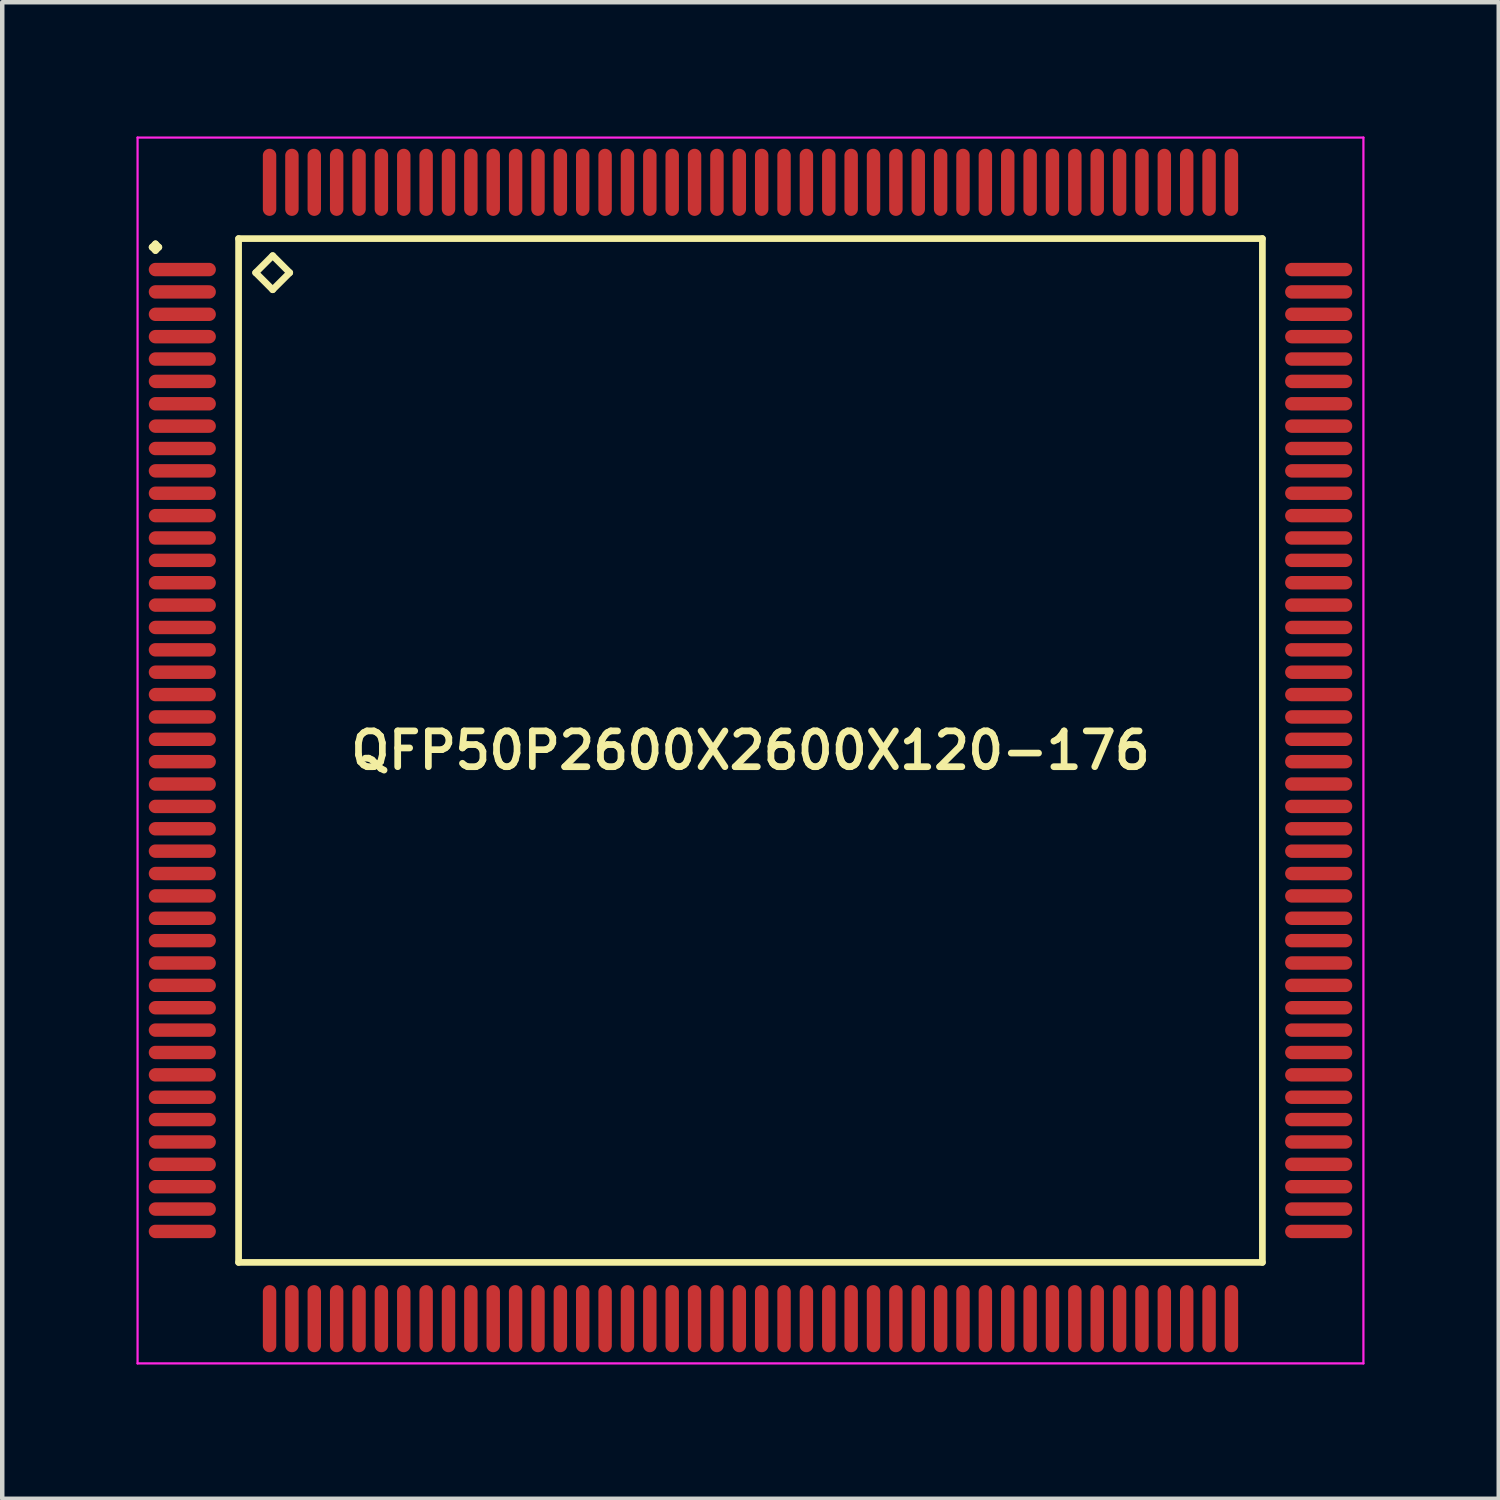
<source format=kicad_pcb>
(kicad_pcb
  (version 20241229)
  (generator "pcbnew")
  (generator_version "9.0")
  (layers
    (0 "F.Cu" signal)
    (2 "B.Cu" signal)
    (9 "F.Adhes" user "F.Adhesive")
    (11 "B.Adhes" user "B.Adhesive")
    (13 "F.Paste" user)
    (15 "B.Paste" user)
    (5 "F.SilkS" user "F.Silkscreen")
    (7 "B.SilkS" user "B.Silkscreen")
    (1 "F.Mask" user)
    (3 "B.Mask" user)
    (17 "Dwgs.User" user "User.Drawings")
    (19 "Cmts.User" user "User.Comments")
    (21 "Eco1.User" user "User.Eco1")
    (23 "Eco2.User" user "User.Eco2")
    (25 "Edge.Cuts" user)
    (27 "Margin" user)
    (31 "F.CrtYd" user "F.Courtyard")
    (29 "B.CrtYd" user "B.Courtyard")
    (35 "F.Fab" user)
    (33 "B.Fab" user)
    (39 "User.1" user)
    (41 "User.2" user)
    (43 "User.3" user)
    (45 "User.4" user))
  (footprint "QFP50P2600X2600X120-176"
    (layer "F.Cu")
    (at 13.725 13.725)
    (property "Reference" "QFP50P2600X2600X120-176" (at 0 0 0) (layer "F.SilkS") (effects (font (size 0.8 0.8) (thickness 0.15))))
    (attr smd)
    (fp_line (start -13.375 -11.25) (end -13.3 -11.325) (stroke (width 0.15) (type solid)) (layer "F.SilkS"))
    (fp_line (start -13.3 -11.325) (end -13.225 -11.25) (stroke (width 0.15) (type solid)) (layer "F.SilkS"))
    (fp_line (start -13.3 -11.175) (end -13.375 -11.25) (stroke (width 0.15) (type solid)) (layer "F.SilkS"))
    (fp_line (start -13.225 -11.25) (end -13.3 -11.175) (stroke (width 0.15) (type solid)) (layer "F.SilkS"))
    (fp_line (start -11.442 -11.442) (end -11.442 11.442) (stroke (width 0.15) (type solid)) (layer "F.SilkS"))
    (fp_line (start -11.442 11.442) (end 11.442 11.442) (stroke (width 0.15) (type solid)) (layer "F.SilkS"))
    (fp_line (start -11.061 -10.68) (end -10.68 -11.061) (stroke (width 0.15) (type solid)) (layer "F.SilkS"))
    (fp_line (start -10.68 -11.061) (end -10.299 -10.68) (stroke (width 0.15) (type solid)) (layer "F.SilkS"))
    (fp_line (start -10.68 -10.299) (end -11.061 -10.68) (stroke (width 0.15) (type solid)) (layer "F.SilkS"))
    (fp_line (start -10.299 -10.68) (end -10.68 -10.299) (stroke (width 0.15) (type solid)) (layer "F.SilkS"))
    (fp_line (start 11.442 -11.442) (end -11.442 -11.442) (stroke (width 0.15) (type solid)) (layer "F.SilkS"))
    (fp_line (start 11.442 11.442) (end 11.442 -11.442) (stroke (width 0.15) (type solid)) (layer "F.SilkS"))
    (fp_line (start -13.7 -13.7) (end 13.7 -13.7) (stroke (width 0.05) (type solid)) (layer "F.CrtYd"))
    (fp_line (start -13.7 13.7) (end -13.7 -13.7) (stroke (width 0.05) (type solid)) (layer "F.CrtYd"))
    (fp_line (start 13.7 -13.7) (end 13.7 13.7) (stroke (width 0.05) (type solid)) (layer "F.CrtYd"))
    (fp_line (start 13.7 13.7) (end -13.7 13.7) (stroke (width 0.05) (type solid)) (layer "F.CrtYd"))
    (pad "1" smd oval (at -12.7 -10.75) (size 1.5 0.3) (layers "F.Cu" "F.Mask" "F.Paste"))
    (pad "2" smd oval (at -12.7 -10.25) (size 1.5 0.3) (layers "F.Cu" "F.Mask" "F.Paste"))
    (pad "3" smd oval (at -12.7 -9.75) (size 1.5 0.3) (layers "F.Cu" "F.Mask" "F.Paste"))
    (pad "4" smd oval (at -12.7 -9.25) (size 1.5 0.3) (layers "F.Cu" "F.Mask" "F.Paste"))
    (pad "5" smd oval (at -12.7 -8.75) (size 1.5 0.3) (layers "F.Cu" "F.Mask" "F.Paste"))
    (pad "6" smd oval (at -12.7 -8.25) (size 1.5 0.3) (layers "F.Cu" "F.Mask" "F.Paste"))
    (pad "7" smd oval (at -12.7 -7.75) (size 1.5 0.3) (layers "F.Cu" "F.Mask" "F.Paste"))
    (pad "8" smd oval (at -12.7 -7.25) (size 1.5 0.3) (layers "F.Cu" "F.Mask" "F.Paste"))
    (pad "9" smd oval (at -12.7 -6.75) (size 1.5 0.3) (layers "F.Cu" "F.Mask" "F.Paste"))
    (pad "10" smd oval (at -12.7 -6.25) (size 1.5 0.3) (layers "F.Cu" "F.Mask" "F.Paste"))
    (pad "11" smd oval (at -12.7 -5.75) (size 1.5 0.3) (layers "F.Cu" "F.Mask" "F.Paste"))
    (pad "12" smd oval (at -12.7 -5.25) (size 1.5 0.3) (layers "F.Cu" "F.Mask" "F.Paste"))
    (pad "13" smd oval (at -12.7 -4.75) (size 1.5 0.3) (layers "F.Cu" "F.Mask" "F.Paste"))
    (pad "14" smd oval (at -12.7 -4.25) (size 1.5 0.3) (layers "F.Cu" "F.Mask" "F.Paste"))
    (pad "15" smd oval (at -12.7 -3.75) (size 1.5 0.3) (layers "F.Cu" "F.Mask" "F.Paste"))
    (pad "16" smd oval (at -12.7 -3.25) (size 1.5 0.3) (layers "F.Cu" "F.Mask" "F.Paste"))
    (pad "17" smd oval (at -12.7 -2.75) (size 1.5 0.3) (layers "F.Cu" "F.Mask" "F.Paste"))
    (pad "18" smd oval (at -12.7 -2.25) (size 1.5 0.3) (layers "F.Cu" "F.Mask" "F.Paste"))
    (pad "19" smd oval (at -12.7 -1.75) (size 1.5 0.3) (layers "F.Cu" "F.Mask" "F.Paste"))
    (pad "20" smd oval (at -12.7 -1.25) (size 1.5 0.3) (layers "F.Cu" "F.Mask" "F.Paste"))
    (pad "21" smd oval (at -12.7 -0.75) (size 1.5 0.3) (layers "F.Cu" "F.Mask" "F.Paste"))
    (pad "22" smd oval (at -12.7 -0.25) (size 1.5 0.3) (layers "F.Cu" "F.Mask" "F.Paste"))
    (pad "23" smd oval (at -12.7 0.25) (size 1.5 0.3) (layers "F.Cu" "F.Mask" "F.Paste"))
    (pad "24" smd oval (at -12.7 0.75) (size 1.5 0.3) (layers "F.Cu" "F.Mask" "F.Paste"))
    (pad "25" smd oval (at -12.7 1.25) (size 1.5 0.3) (layers "F.Cu" "F.Mask" "F.Paste"))
    (pad "26" smd oval (at -12.7 1.75) (size 1.5 0.3) (layers "F.Cu" "F.Mask" "F.Paste"))
    (pad "27" smd oval (at -12.7 2.25) (size 1.5 0.3) (layers "F.Cu" "F.Mask" "F.Paste"))
    (pad "28" smd oval (at -12.7 2.75) (size 1.5 0.3) (layers "F.Cu" "F.Mask" "F.Paste"))
    (pad "29" smd oval (at -12.7 3.25) (size 1.5 0.3) (layers "F.Cu" "F.Mask" "F.Paste"))
    (pad "30" smd oval (at -12.7 3.75) (size 1.5 0.3) (layers "F.Cu" "F.Mask" "F.Paste"))
    (pad "31" smd oval (at -12.7 4.25) (size 1.5 0.3) (layers "F.Cu" "F.Mask" "F.Paste"))
    (pad "32" smd oval (at -12.7 4.75) (size 1.5 0.3) (layers "F.Cu" "F.Mask" "F.Paste"))
    (pad "33" smd oval (at -12.7 5.25) (size 1.5 0.3) (layers "F.Cu" "F.Mask" "F.Paste"))
    (pad "34" smd oval (at -12.7 5.75) (size 1.5 0.3) (layers "F.Cu" "F.Mask" "F.Paste"))
    (pad "35" smd oval (at -12.7 6.25) (size 1.5 0.3) (layers "F.Cu" "F.Mask" "F.Paste"))
    (pad "36" smd oval (at -12.7 6.75) (size 1.5 0.3) (layers "F.Cu" "F.Mask" "F.Paste"))
    (pad "37" smd oval (at -12.7 7.25) (size 1.5 0.3) (layers "F.Cu" "F.Mask" "F.Paste"))
    (pad "38" smd oval (at -12.7 7.75) (size 1.5 0.3) (layers "F.Cu" "F.Mask" "F.Paste"))
    (pad "39" smd oval (at -12.7 8.25) (size 1.5 0.3) (layers "F.Cu" "F.Mask" "F.Paste"))
    (pad "40" smd oval (at -12.7 8.75) (size 1.5 0.3) (layers "F.Cu" "F.Mask" "F.Paste"))
    (pad "41" smd oval (at -12.7 9.25) (size 1.5 0.3) (layers "F.Cu" "F.Mask" "F.Paste"))
    (pad "42" smd oval (at -12.7 9.75) (size 1.5 0.3) (layers "F.Cu" "F.Mask" "F.Paste"))
    (pad "43" smd oval (at -12.7 10.25) (size 1.5 0.3) (layers "F.Cu" "F.Mask" "F.Paste"))
    (pad "44" smd oval (at -12.7 10.75) (size 1.5 0.3) (layers "F.Cu" "F.Mask" "F.Paste"))
    (pad "45" smd oval (at -10.75 12.7) (size 0.3 1.5) (layers "F.Cu" "F.Mask" "F.Paste"))
    (pad "46" smd oval (at -10.25 12.7) (size 0.3 1.5) (layers "F.Cu" "F.Mask" "F.Paste"))
    (pad "47" smd oval (at -9.75 12.7) (size 0.3 1.5) (layers "F.Cu" "F.Mask" "F.Paste"))
    (pad "48" smd oval (at -9.25 12.7) (size 0.3 1.5) (layers "F.Cu" "F.Mask" "F.Paste"))
    (pad "49" smd oval (at -8.75 12.7) (size 0.3 1.5) (layers "F.Cu" "F.Mask" "F.Paste"))
    (pad "50" smd oval (at -8.25 12.7) (size 0.3 1.5) (layers "F.Cu" "F.Mask" "F.Paste"))
    (pad "51" smd oval (at -7.75 12.7) (size 0.3 1.5) (layers "F.Cu" "F.Mask" "F.Paste"))
    (pad "52" smd oval (at -7.25 12.7) (size 0.3 1.5) (layers "F.Cu" "F.Mask" "F.Paste"))
    (pad "53" smd oval (at -6.75 12.7) (size 0.3 1.5) (layers "F.Cu" "F.Mask" "F.Paste"))
    (pad "54" smd oval (at -6.25 12.7) (size 0.3 1.5) (layers "F.Cu" "F.Mask" "F.Paste"))
    (pad "55" smd oval (at -5.75 12.7) (size 0.3 1.5) (layers "F.Cu" "F.Mask" "F.Paste"))
    (pad "56" smd oval (at -5.25 12.7) (size 0.3 1.5) (layers "F.Cu" "F.Mask" "F.Paste"))
    (pad "57" smd oval (at -4.75 12.7) (size 0.3 1.5) (layers "F.Cu" "F.Mask" "F.Paste"))
    (pad "58" smd oval (at -4.25 12.7) (size 0.3 1.5) (layers "F.Cu" "F.Mask" "F.Paste"))
    (pad "59" smd oval (at -3.75 12.7) (size 0.3 1.5) (layers "F.Cu" "F.Mask" "F.Paste"))
    (pad "60" smd oval (at -3.25 12.7) (size 0.3 1.5) (layers "F.Cu" "F.Mask" "F.Paste"))
    (pad "61" smd oval (at -2.75 12.7) (size 0.3 1.5) (layers "F.Cu" "F.Mask" "F.Paste"))
    (pad "62" smd oval (at -2.25 12.7) (size 0.3 1.5) (layers "F.Cu" "F.Mask" "F.Paste"))
    (pad "63" smd oval (at -1.75 12.7) (size 0.3 1.5) (layers "F.Cu" "F.Mask" "F.Paste"))
    (pad "64" smd oval (at -1.25 12.7) (size 0.3 1.5) (layers "F.Cu" "F.Mask" "F.Paste"))
    (pad "65" smd oval (at -0.75 12.7) (size 0.3 1.5) (layers "F.Cu" "F.Mask" "F.Paste"))
    (pad "66" smd oval (at -0.25 12.7) (size 0.3 1.5) (layers "F.Cu" "F.Mask" "F.Paste"))
    (pad "67" smd oval (at 0.25 12.7) (size 0.3 1.5) (layers "F.Cu" "F.Mask" "F.Paste"))
    (pad "68" smd oval (at 0.75 12.7) (size 0.3 1.5) (layers "F.Cu" "F.Mask" "F.Paste"))
    (pad "69" smd oval (at 1.25 12.7) (size 0.3 1.5) (layers "F.Cu" "F.Mask" "F.Paste"))
    (pad "70" smd oval (at 1.75 12.7) (size 0.3 1.5) (layers "F.Cu" "F.Mask" "F.Paste"))
    (pad "71" smd oval (at 2.25 12.7) (size 0.3 1.5) (layers "F.Cu" "F.Mask" "F.Paste"))
    (pad "72" smd oval (at 2.75 12.7) (size 0.3 1.5) (layers "F.Cu" "F.Mask" "F.Paste"))
    (pad "73" smd oval (at 3.25 12.7) (size 0.3 1.5) (layers "F.Cu" "F.Mask" "F.Paste"))
    (pad "74" smd oval (at 3.75 12.7) (size 0.3 1.5) (layers "F.Cu" "F.Mask" "F.Paste"))
    (pad "75" smd oval (at 4.25 12.7) (size 0.3 1.5) (layers "F.Cu" "F.Mask" "F.Paste"))
    (pad "76" smd oval (at 4.75 12.7) (size 0.3 1.5) (layers "F.Cu" "F.Mask" "F.Paste"))
    (pad "77" smd oval (at 5.25 12.7) (size 0.3 1.5) (layers "F.Cu" "F.Mask" "F.Paste"))
    (pad "78" smd oval (at 5.75 12.7) (size 0.3 1.5) (layers "F.Cu" "F.Mask" "F.Paste"))
    (pad "79" smd oval (at 6.25 12.7) (size 0.3 1.5) (layers "F.Cu" "F.Mask" "F.Paste"))
    (pad "80" smd oval (at 6.75 12.7) (size 0.3 1.5) (layers "F.Cu" "F.Mask" "F.Paste"))
    (pad "81" smd oval (at 7.25 12.7) (size 0.3 1.5) (layers "F.Cu" "F.Mask" "F.Paste"))
    (pad "82" smd oval (at 7.75 12.7) (size 0.3 1.5) (layers "F.Cu" "F.Mask" "F.Paste"))
    (pad "83" smd oval (at 8.25 12.7) (size 0.3 1.5) (layers "F.Cu" "F.Mask" "F.Paste"))
    (pad "84" smd oval (at 8.75 12.7) (size 0.3 1.5) (layers "F.Cu" "F.Mask" "F.Paste"))
    (pad "85" smd oval (at 9.25 12.7) (size 0.3 1.5) (layers "F.Cu" "F.Mask" "F.Paste"))
    (pad "86" smd oval (at 9.75 12.7) (size 0.3 1.5) (layers "F.Cu" "F.Mask" "F.Paste"))
    (pad "87" smd oval (at 10.25 12.7) (size 0.3 1.5) (layers "F.Cu" "F.Mask" "F.Paste"))
    (pad "88" smd oval (at 10.75 12.7) (size 0.3 1.5) (layers "F.Cu" "F.Mask" "F.Paste"))
    (pad "89" smd oval (at 12.7 10.75) (size 1.5 0.3) (layers "F.Cu" "F.Mask" "F.Paste"))
    (pad "90" smd oval (at 12.7 10.25) (size 1.5 0.3) (layers "F.Cu" "F.Mask" "F.Paste"))
    (pad "91" smd oval (at 12.7 9.75) (size 1.5 0.3) (layers "F.Cu" "F.Mask" "F.Paste"))
    (pad "92" smd oval (at 12.7 9.25) (size 1.5 0.3) (layers "F.Cu" "F.Mask" "F.Paste"))
    (pad "93" smd oval (at 12.7 8.75) (size 1.5 0.3) (layers "F.Cu" "F.Mask" "F.Paste"))
    (pad "94" smd oval (at 12.7 8.25) (size 1.5 0.3) (layers "F.Cu" "F.Mask" "F.Paste"))
    (pad "95" smd oval (at 12.7 7.75) (size 1.5 0.3) (layers "F.Cu" "F.Mask" "F.Paste"))
    (pad "96" smd oval (at 12.7 7.25) (size 1.5 0.3) (layers "F.Cu" "F.Mask" "F.Paste"))
    (pad "97" smd oval (at 12.7 6.75) (size 1.5 0.3) (layers "F.Cu" "F.Mask" "F.Paste"))
    (pad "98" smd oval (at 12.7 6.25) (size 1.5 0.3) (layers "F.Cu" "F.Mask" "F.Paste"))
    (pad "99" smd oval (at 12.7 5.75) (size 1.5 0.3) (layers "F.Cu" "F.Mask" "F.Paste"))
    (pad "100" smd oval (at 12.7 5.25) (size 1.5 0.3) (layers "F.Cu" "F.Mask" "F.Paste"))
    (pad "101" smd oval (at 12.7 4.75) (size 1.5 0.3) (layers "F.Cu" "F.Mask" "F.Paste"))
    (pad "102" smd oval (at 12.7 4.25) (size 1.5 0.3) (layers "F.Cu" "F.Mask" "F.Paste"))
    (pad "103" smd oval (at 12.7 3.75) (size 1.5 0.3) (layers "F.Cu" "F.Mask" "F.Paste"))
    (pad "104" smd oval (at 12.7 3.25) (size 1.5 0.3) (layers "F.Cu" "F.Mask" "F.Paste"))
    (pad "105" smd oval (at 12.7 2.75) (size 1.5 0.3) (layers "F.Cu" "F.Mask" "F.Paste"))
    (pad "106" smd oval (at 12.7 2.25) (size 1.5 0.3) (layers "F.Cu" "F.Mask" "F.Paste"))
    (pad "107" smd oval (at 12.7 1.75) (size 1.5 0.3) (layers "F.Cu" "F.Mask" "F.Paste"))
    (pad "108" smd oval (at 12.7 1.25) (size 1.5 0.3) (layers "F.Cu" "F.Mask" "F.Paste"))
    (pad "109" smd oval (at 12.7 0.75) (size 1.5 0.3) (layers "F.Cu" "F.Mask" "F.Paste"))
    (pad "110" smd oval (at 12.7 0.25) (size 1.5 0.3) (layers "F.Cu" "F.Mask" "F.Paste"))
    (pad "111" smd oval (at 12.7 -0.25) (size 1.5 0.3) (layers "F.Cu" "F.Mask" "F.Paste"))
    (pad "112" smd oval (at 12.7 -0.75) (size 1.5 0.3) (layers "F.Cu" "F.Mask" "F.Paste"))
    (pad "113" smd oval (at 12.7 -1.25) (size 1.5 0.3) (layers "F.Cu" "F.Mask" "F.Paste"))
    (pad "114" smd oval (at 12.7 -1.75) (size 1.5 0.3) (layers "F.Cu" "F.Mask" "F.Paste"))
    (pad "115" smd oval (at 12.7 -2.25) (size 1.5 0.3) (layers "F.Cu" "F.Mask" "F.Paste"))
    (pad "116" smd oval (at 12.7 -2.75) (size 1.5 0.3) (layers "F.Cu" "F.Mask" "F.Paste"))
    (pad "117" smd oval (at 12.7 -3.25) (size 1.5 0.3) (layers "F.Cu" "F.Mask" "F.Paste"))
    (pad "118" smd oval (at 12.7 -3.75) (size 1.5 0.3) (layers "F.Cu" "F.Mask" "F.Paste"))
    (pad "119" smd oval (at 12.7 -4.25) (size 1.5 0.3) (layers "F.Cu" "F.Mask" "F.Paste"))
    (pad "120" smd oval (at 12.7 -4.75) (size 1.5 0.3) (layers "F.Cu" "F.Mask" "F.Paste"))
    (pad "121" smd oval (at 12.7 -5.25) (size 1.5 0.3) (layers "F.Cu" "F.Mask" "F.Paste"))
    (pad "122" smd oval (at 12.7 -5.75) (size 1.5 0.3) (layers "F.Cu" "F.Mask" "F.Paste"))
    (pad "123" smd oval (at 12.7 -6.25) (size 1.5 0.3) (layers "F.Cu" "F.Mask" "F.Paste"))
    (pad "124" smd oval (at 12.7 -6.75) (size 1.5 0.3) (layers "F.Cu" "F.Mask" "F.Paste"))
    (pad "125" smd oval (at 12.7 -7.25) (size 1.5 0.3) (layers "F.Cu" "F.Mask" "F.Paste"))
    (pad "126" smd oval (at 12.7 -7.75) (size 1.5 0.3) (layers "F.Cu" "F.Mask" "F.Paste"))
    (pad "127" smd oval (at 12.7 -8.25) (size 1.5 0.3) (layers "F.Cu" "F.Mask" "F.Paste"))
    (pad "128" smd oval (at 12.7 -8.75) (size 1.5 0.3) (layers "F.Cu" "F.Mask" "F.Paste"))
    (pad "129" smd oval (at 12.7 -9.25) (size 1.5 0.3) (layers "F.Cu" "F.Mask" "F.Paste"))
    (pad "130" smd oval (at 12.7 -9.75) (size 1.5 0.3) (layers "F.Cu" "F.Mask" "F.Paste"))
    (pad "131" smd oval (at 12.7 -10.25) (size 1.5 0.3) (layers "F.Cu" "F.Mask" "F.Paste"))
    (pad "132" smd oval (at 12.7 -10.75) (size 1.5 0.3) (layers "F.Cu" "F.Mask" "F.Paste"))
    (pad "133" smd oval (at 10.75 -12.7) (size 0.3 1.5) (layers "F.Cu" "F.Mask" "F.Paste"))
    (pad "134" smd oval (at 10.25 -12.7) (size 0.3 1.5) (layers "F.Cu" "F.Mask" "F.Paste"))
    (pad "135" smd oval (at 9.75 -12.7) (size 0.3 1.5) (layers "F.Cu" "F.Mask" "F.Paste"))
    (pad "136" smd oval (at 9.25 -12.7) (size 0.3 1.5) (layers "F.Cu" "F.Mask" "F.Paste"))
    (pad "137" smd oval (at 8.75 -12.7) (size 0.3 1.5) (layers "F.Cu" "F.Mask" "F.Paste"))
    (pad "138" smd oval (at 8.25 -12.7) (size 0.3 1.5) (layers "F.Cu" "F.Mask" "F.Paste"))
    (pad "139" smd oval (at 7.75 -12.7) (size 0.3 1.5) (layers "F.Cu" "F.Mask" "F.Paste"))
    (pad "140" smd oval (at 7.25 -12.7) (size 0.3 1.5) (layers "F.Cu" "F.Mask" "F.Paste"))
    (pad "141" smd oval (at 6.75 -12.7) (size 0.3 1.5) (layers "F.Cu" "F.Mask" "F.Paste"))
    (pad "142" smd oval (at 6.25 -12.7) (size 0.3 1.5) (layers "F.Cu" "F.Mask" "F.Paste"))
    (pad "143" smd oval (at 5.75 -12.7) (size 0.3 1.5) (layers "F.Cu" "F.Mask" "F.Paste"))
    (pad "144" smd oval (at 5.25 -12.7) (size 0.3 1.5) (layers "F.Cu" "F.Mask" "F.Paste"))
    (pad "145" smd oval (at 4.75 -12.7) (size 0.3 1.5) (layers "F.Cu" "F.Mask" "F.Paste"))
    (pad "146" smd oval (at 4.25 -12.7) (size 0.3 1.5) (layers "F.Cu" "F.Mask" "F.Paste"))
    (pad "147" smd oval (at 3.75 -12.7) (size 0.3 1.5) (layers "F.Cu" "F.Mask" "F.Paste"))
    (pad "148" smd oval (at 3.25 -12.7) (size 0.3 1.5) (layers "F.Cu" "F.Mask" "F.Paste"))
    (pad "149" smd oval (at 2.75 -12.7) (size 0.3 1.5) (layers "F.Cu" "F.Mask" "F.Paste"))
    (pad "150" smd oval (at 2.25 -12.7) (size 0.3 1.5) (layers "F.Cu" "F.Mask" "F.Paste"))
    (pad "151" smd oval (at 1.75 -12.7) (size 0.3 1.5) (layers "F.Cu" "F.Mask" "F.Paste"))
    (pad "152" smd oval (at 1.25 -12.7) (size 0.3 1.5) (layers "F.Cu" "F.Mask" "F.Paste"))
    (pad "153" smd oval (at 0.75 -12.7) (size 0.3 1.5) (layers "F.Cu" "F.Mask" "F.Paste"))
    (pad "154" smd oval (at 0.25 -12.7) (size 0.3 1.5) (layers "F.Cu" "F.Mask" "F.Paste"))
    (pad "155" smd oval (at -0.25 -12.7) (size 0.3 1.5) (layers "F.Cu" "F.Mask" "F.Paste"))
    (pad "156" smd oval (at -0.75 -12.7) (size 0.3 1.5) (layers "F.Cu" "F.Mask" "F.Paste"))
    (pad "157" smd oval (at -1.25 -12.7) (size 0.3 1.5) (layers "F.Cu" "F.Mask" "F.Paste"))
    (pad "158" smd oval (at -1.75 -12.7) (size 0.3 1.5) (layers "F.Cu" "F.Mask" "F.Paste"))
    (pad "159" smd oval (at -2.25 -12.7) (size 0.3 1.5) (layers "F.Cu" "F.Mask" "F.Paste"))
    (pad "160" smd oval (at -2.75 -12.7) (size 0.3 1.5) (layers "F.Cu" "F.Mask" "F.Paste"))
    (pad "161" smd oval (at -3.25 -12.7) (size 0.3 1.5) (layers "F.Cu" "F.Mask" "F.Paste"))
    (pad "162" smd oval (at -3.75 -12.7) (size 0.3 1.5) (layers "F.Cu" "F.Mask" "F.Paste"))
    (pad "163" smd oval (at -4.25 -12.7) (size 0.3 1.5) (layers "F.Cu" "F.Mask" "F.Paste"))
    (pad "164" smd oval (at -4.75 -12.7) (size 0.3 1.5) (layers "F.Cu" "F.Mask" "F.Paste"))
    (pad "165" smd oval (at -5.25 -12.7) (size 0.3 1.5) (layers "F.Cu" "F.Mask" "F.Paste"))
    (pad "166" smd oval (at -5.75 -12.7) (size 0.3 1.5) (layers "F.Cu" "F.Mask" "F.Paste"))
    (pad "167" smd oval (at -6.25 -12.7) (size 0.3 1.5) (layers "F.Cu" "F.Mask" "F.Paste"))
    (pad "168" smd oval (at -6.75 -12.7) (size 0.3 1.5) (layers "F.Cu" "F.Mask" "F.Paste"))
    (pad "169" smd oval (at -7.25 -12.7) (size 0.3 1.5) (layers "F.Cu" "F.Mask" "F.Paste"))
    (pad "170" smd oval (at -7.75 -12.7) (size 0.3 1.5) (layers "F.Cu" "F.Mask" "F.Paste"))
    (pad "171" smd oval (at -8.25 -12.7) (size 0.3 1.5) (layers "F.Cu" "F.Mask" "F.Paste"))
    (pad "172" smd oval (at -8.75 -12.7) (size 0.3 1.5) (layers "F.Cu" "F.Mask" "F.Paste"))
    (pad "173" smd oval (at -9.25 -12.7) (size 0.3 1.5) (layers "F.Cu" "F.Mask" "F.Paste"))
    (pad "174" smd oval (at -9.75 -12.7) (size 0.3 1.5) (layers "F.Cu" "F.Mask" "F.Paste"))
    (pad "175" smd oval (at -10.25 -12.7) (size 0.3 1.5) (layers "F.Cu" "F.Mask" "F.Paste"))
    (pad "176" smd oval (at -10.75 -12.7) (size 0.3 1.5) (layers "F.Cu" "F.Mask" "F.Paste")))
  (gr_rect
    (start -3 -3)
    (end 30.45 30.45)
    (stroke (width 0.1) (type default))
    (fill no)
    (layer "Edge.Cuts")))
</source>
